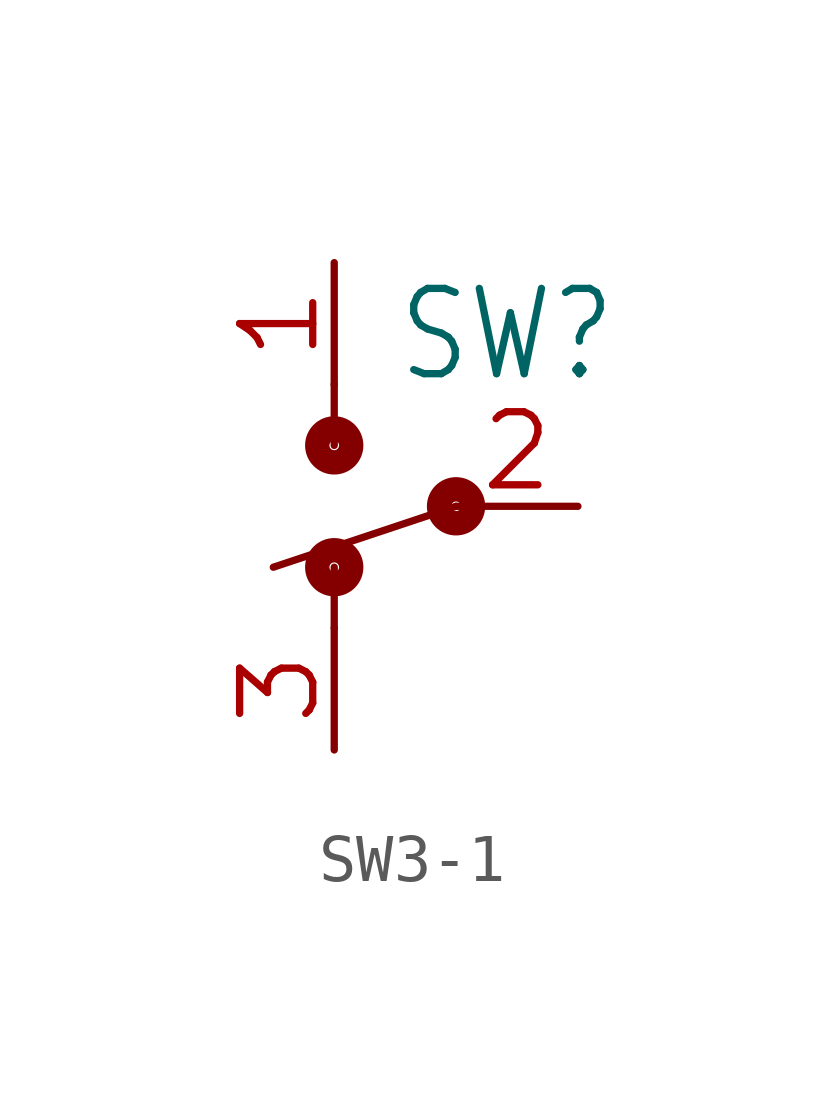
<source format=kicad_sym>
(kicad_symbol_lib
  (version 20241209)
  (generator "kicad_symbol_editor")
  (generator_version "9.0")
  (symbol "SW3-1"
    (property "Reference" "SW"
      (at 1.27 2.54 0)
      (effects (font (size 1.778 1.511)) (justify left bottom)))
    (property "ki_locked" ""
      (at 0 0 0)
      (effects (font (size 1.27 1.27))))
    (symbol "SW3-1_1_0"
      (polyline (pts (xy 0 2.54) (xy 0 1.27)) (stroke (width 0.152) (type solid)) (fill (type none)))
      (circle (center 0 1.27) (radius 0.1) (stroke (width 0.508) (type solid)) (fill (type none)))
      (circle (center 0 -1.27) (radius 0.1) (stroke (width 0.508) (type solid)) (fill (type none)))
      (polyline (pts (xy 0 -2.54) (xy 0 -1.27)) (stroke (width 0.152) (type solid)) (fill (type none)))
      (polyline (pts (xy 2.54 0) (xy -1.27 -1.27)) (stroke (width 0.152) (type solid)) (fill (type none)))
      (circle (center 2.54 0) (radius 0.1) (stroke (width 0.508) (type solid)) (fill (type none)))
      (pin passive line (at 0 5.08 270) (length 2.54) (name "1" (effects (font (size 0 0)))) (number "1" (effects (font (size 1.524 1.524)))))
      (pin passive line (at 0 -5.08 90) (length 2.54) (name "3" (effects (font (size 0 0)))) (number "3" (effects (font (size 1.524 1.524)))))
      (pin passive line (at 5.08 0 180) (length 2.54) (name "2" (effects (font (size 0 0)))) (number "2" (effects (font (size 1.524 1.524))))))))
</source>
